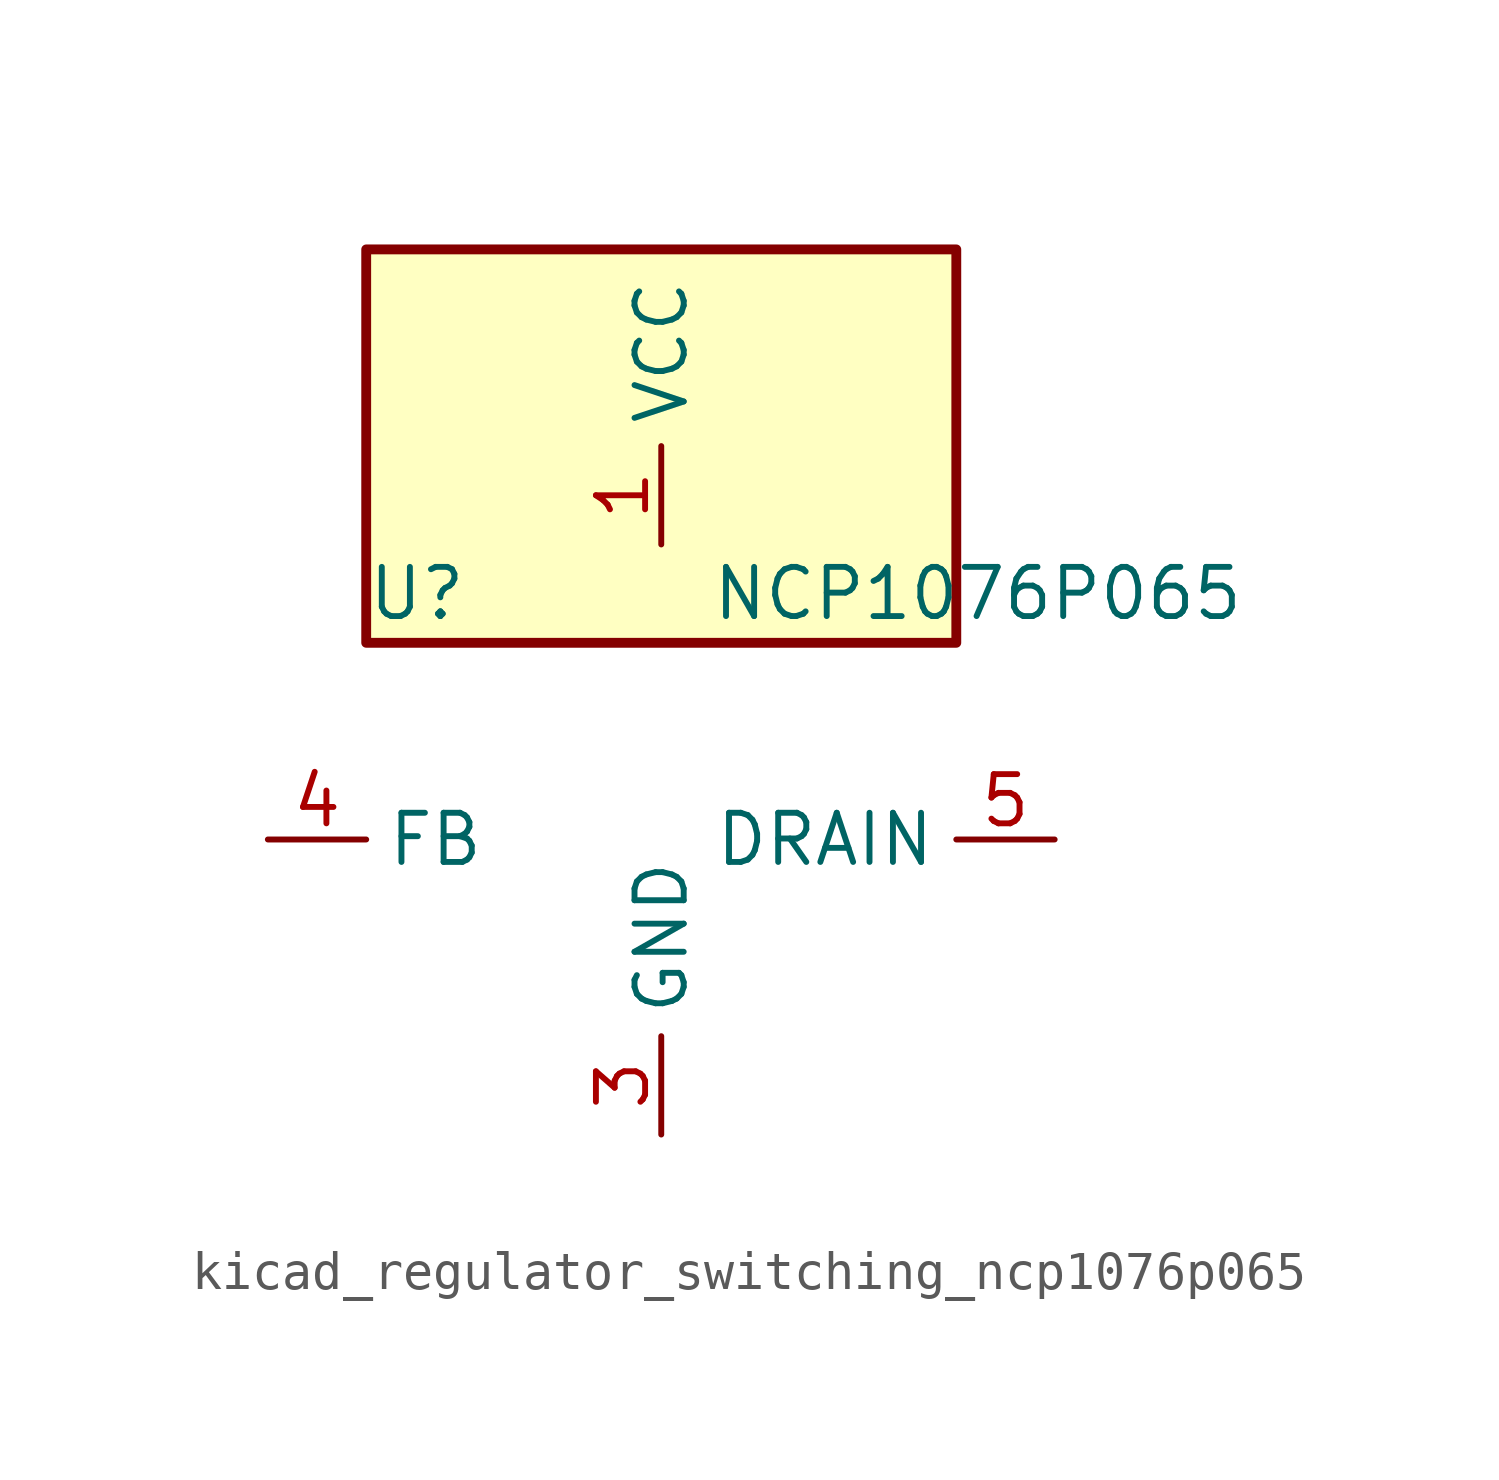
<source format=kicad_sym>
(kicad_symbol_lib
  (version 20220914)
  (generator kicad_symbol_editor)
  (symbol "kicad_regulator_switching_ncp1076p065"
    (property "Reference" "U"
      (at -7.62 6.35 0)
      (effects (font (size 1.27 1.27)) (justify left)))
    (property "Value" "NCP1076P065"
      (at 1.27 6.35 0)
      (effects (font (size 1.27 1.27)) (justify left)))
    (symbol "kicad_regulator_switching_ncp1076p065_0_1"
      (rectangle (start 7.62 15.24) (end -7.62 5.08) (stroke (width 0.254) (type default)) (fill (type background))))
    (symbol "kicad_regulator_switching_ncp1076p065_1_1"
      (pin power_in line (at 0 7.62 90) (length 2.54) (name "VCC" (effects (font (size 1.27 1.27)))) (number "1" (effects (font (size 1.27 1.27)))))
      (pin no_connect line (at -7.62 2.54 0) (length 2.54) hide (name "NC" (effects (font (size 1.27 1.27)))) (number "2" (effects (font (size 1.27 1.27)))))
      (pin power_in line (at 0 -7.62 90) (length 2.54) (name "GND" (effects (font (size 1.27 1.27)))) (number "3" (effects (font (size 1.27 1.27)))))
      (pin input line (at -10.16 0 0) (length 2.54) (name "FB" (effects (font (size 1.27 1.27)))) (number "4" (effects (font (size 1.27 1.27)))))
      (pin open_collector line (at 10.16 0 180) (length 2.54) (name "DRAIN" (effects (font (size 1.27 1.27)))) (number "5" (effects (font (size 1.27 1.27)))))
      (pin passive line (at 0 -7.62 90) (length 2.54) hide (name "GND" (effects (font (size 1.27 1.27)))) (number "7" (effects (font (size 1.27 1.27)))))
      (pin passive line (at 0 -7.62 90) (length 2.54) hide (name "GND" (effects (font (size 1.27 1.27)))) (number "8" (effects (font (size 1.27 1.27))))))))
</source>
